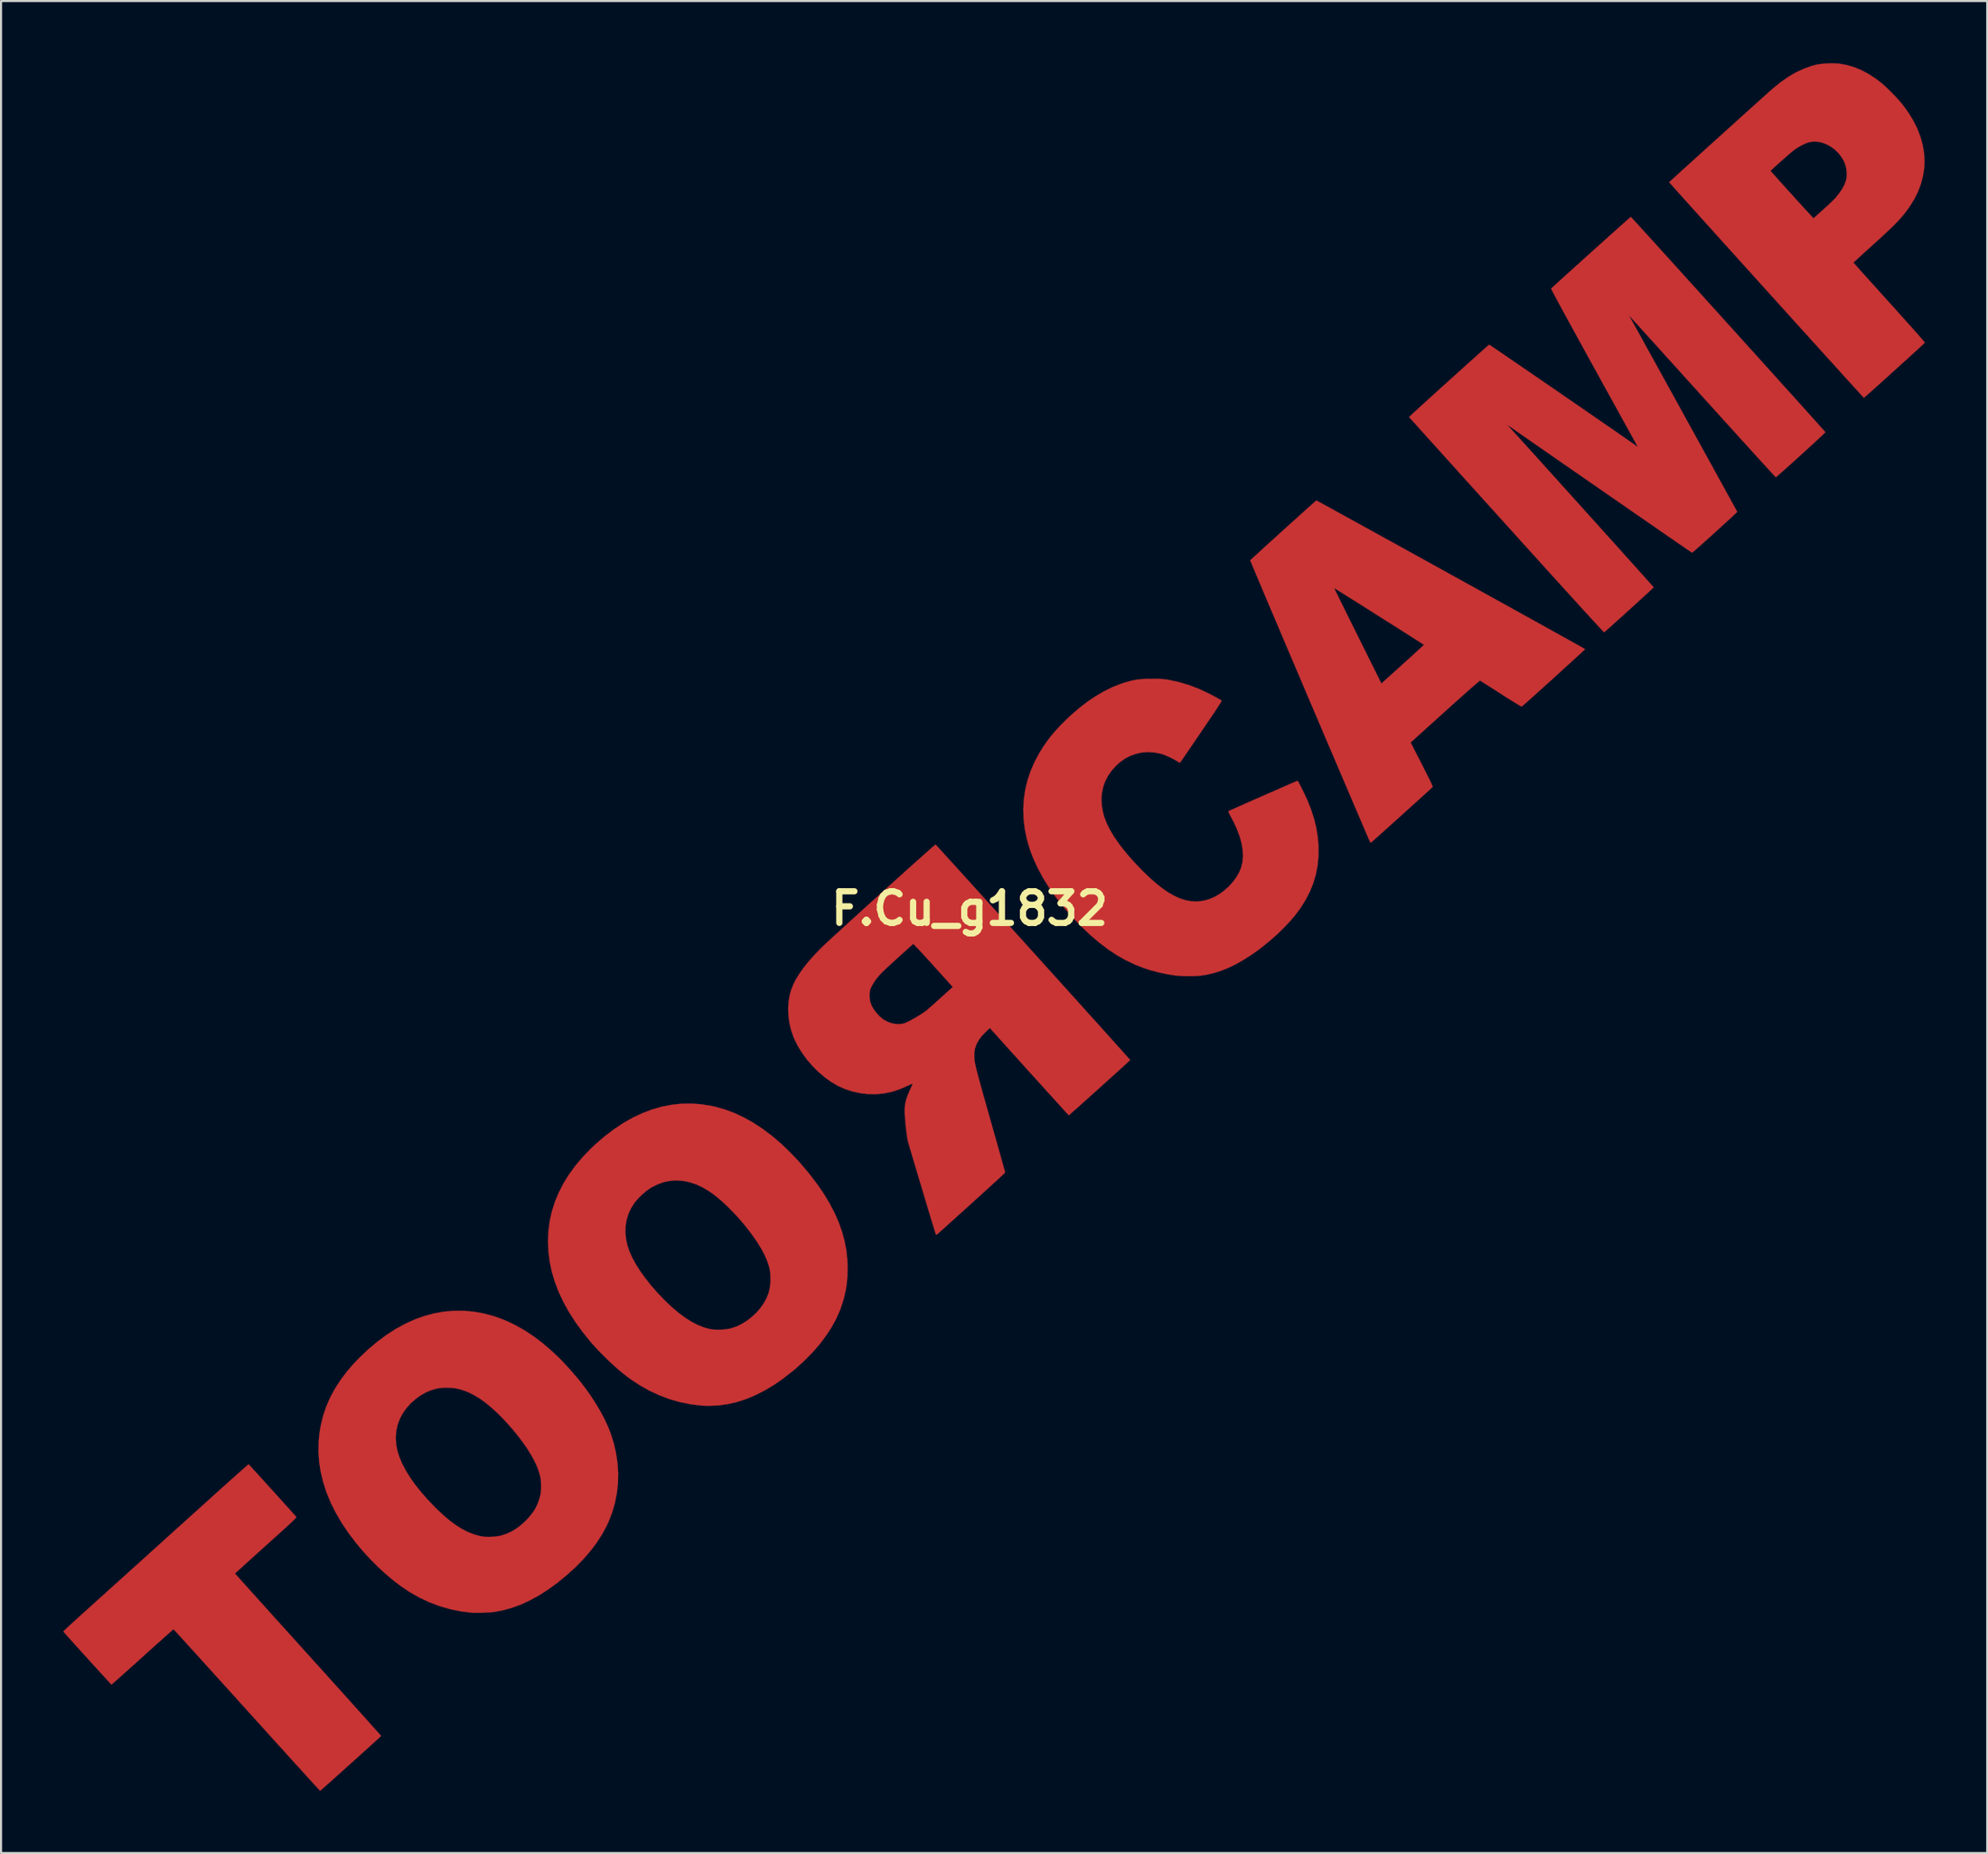
<source format=kicad_pcb>
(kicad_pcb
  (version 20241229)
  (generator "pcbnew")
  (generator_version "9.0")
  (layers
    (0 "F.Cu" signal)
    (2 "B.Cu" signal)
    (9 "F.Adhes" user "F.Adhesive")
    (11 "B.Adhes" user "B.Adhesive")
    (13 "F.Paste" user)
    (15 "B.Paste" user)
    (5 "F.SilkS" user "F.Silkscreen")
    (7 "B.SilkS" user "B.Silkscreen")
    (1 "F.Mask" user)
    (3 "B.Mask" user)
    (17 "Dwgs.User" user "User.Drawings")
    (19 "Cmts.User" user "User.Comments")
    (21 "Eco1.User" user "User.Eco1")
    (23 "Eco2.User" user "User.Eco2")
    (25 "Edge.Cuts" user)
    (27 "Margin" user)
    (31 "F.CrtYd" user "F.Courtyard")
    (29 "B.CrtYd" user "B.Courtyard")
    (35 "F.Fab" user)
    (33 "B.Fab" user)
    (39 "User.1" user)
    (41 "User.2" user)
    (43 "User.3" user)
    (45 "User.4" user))
  (footprint "F.Cu_g1832"
    (layer "F.Cu")
    (at 43.688 40.771)
    (property "Reference" "F.Cu_g1832" (at 0 0 0) (layer "F.SilkS") (effects (font (size 1.524 1.524) (thickness 0.3))))
    (attr through_hole)
    (fp_poly (pts (xy -12.937 9.439) (xy -12.456 9.515) (xy -12.264 9.557) (xy -11.799 9.688) (xy -11.336 9.861) (xy -10.876 10.076) (xy -10.42 10.332) (xy -9.968 10.629) (xy -9.521 10.967) (xy -9.079 11.344) (xy -8.643 11.762) (xy -8.212 12.219) (xy -7.789 12.715) (xy -7.716 12.806) (xy -7.353 13.28) (xy -7.032 13.748) (xy -6.752 14.21) (xy -6.511 14.67) (xy -6.31 15.127) (xy -6.148 15.584) (xy -6.024 16.041) (xy -5.938 16.5) (xy -5.89 16.962) (xy -5.877 17.346) (xy -5.887 17.718) (xy -5.917 18.066) (xy -5.969 18.403) (xy -6.046 18.746) (xy -6.095 18.923) (xy -6.239 19.35) (xy -6.425 19.773) (xy -6.652 20.191) (xy -6.921 20.604) (xy -7.229 21.012) (xy -7.578 21.413) (xy -7.967 21.807) (xy -8.395 22.194) (xy -8.498 22.281) (xy -8.952 22.639) (xy -9.404 22.955) (xy -9.855 23.228) (xy -10.306 23.458) (xy -10.755 23.647) (xy -11.203 23.793) (xy -11.65 23.897) (xy -12.097 23.959) (xy -12.542 23.979) (xy -12.594 23.978) (xy -12.701 23.976) (xy -12.801 23.973) (xy -12.881 23.97) (xy -12.922 23.968) (xy -13.448 23.904) (xy -13.964 23.8) (xy -14.47 23.654) (xy -14.964 23.468) (xy -15.448 23.241) (xy -15.92 22.973) (xy -16.381 22.665) (xy -16.499 22.578) (xy -16.724 22.401) (xy -16.965 22.197) (xy -17.216 21.972) (xy -17.47 21.733) (xy -17.719 21.488) (xy -17.955 21.242) (xy -18.172 21.004) (xy -18.257 20.905) (xy -18.651 20.419) (xy -19.002 19.934) (xy -19.312 19.45) (xy -19.58 18.967) (xy -19.806 18.484) (xy -19.991 18) (xy -20.134 17.515) (xy -20.237 17.029) (xy -20.299 16.541) (xy -20.32 16.051) (xy -20.32 16.041) (xy -20.302 15.619) (xy -16.592 15.619) (xy -16.562 15.932) (xy -16.493 16.248) (xy -16.391 16.548) (xy -16.254 16.849) (xy -16.081 17.165) (xy -15.873 17.492) (xy -15.633 17.826) (xy -15.363 18.167) (xy -15.065 18.509) (xy -14.741 18.851) (xy -14.669 18.923) (xy -14.345 19.229) (xy -14.026 19.499) (xy -13.712 19.732) (xy -13.404 19.926) (xy -13.104 20.083) (xy -12.813 20.199) (xy -12.531 20.276) (xy -12.405 20.298) (xy -12.25 20.311) (xy -12.071 20.313) (xy -11.883 20.304) (xy -11.702 20.285) (xy -11.543 20.257) (xy -11.51 20.249) (xy -11.248 20.161) (xy -10.986 20.037) (xy -10.73 19.879) (xy -10.488 19.692) (xy -10.266 19.481) (xy -10.088 19.275) (xy -9.916 19.03) (xy -9.783 18.789) (xy -9.686 18.545) (xy -9.625 18.29) (xy -9.596 18.019) (xy -9.594 17.78) (xy -9.603 17.613) (xy -9.619 17.468) (xy -9.644 17.333) (xy -9.682 17.196) (xy -9.735 17.043) (xy -9.783 16.918) (xy -9.897 16.665) (xy -10.043 16.395) (xy -10.217 16.111) (xy -10.416 15.819) (xy -10.635 15.523) (xy -10.871 15.228) (xy -11.119 14.938) (xy -11.377 14.657) (xy -11.64 14.391) (xy -11.904 14.144) (xy -12.165 13.92) (xy -12.42 13.724) (xy -12.562 13.625) (xy -12.875 13.44) (xy -13.188 13.296) (xy -13.502 13.193) (xy -13.813 13.13) (xy -14.123 13.109) (xy -14.428 13.128) (xy -14.727 13.188) (xy -15.02 13.29) (xy -15.305 13.432) (xy -15.442 13.517) (xy -15.592 13.627) (xy -15.749 13.759) (xy -15.903 13.905) (xy -16.041 14.053) (xy -16.153 14.189) (xy -16.318 14.449) (xy -16.445 14.724) (xy -16.533 15.012) (xy -16.582 15.311) (xy -16.592 15.619) (xy -20.302 15.619) (xy -20.299 15.556) (xy -20.237 15.078) (xy -20.134 14.61) (xy -19.989 14.15) (xy -19.802 13.699) (xy -19.575 13.256) (xy -19.306 12.822) (xy -18.996 12.398) (xy -18.645 11.982) (xy -18.252 11.576) (xy -18.034 11.37) (xy -17.59 10.986) (xy -17.141 10.644) (xy -16.688 10.343) (xy -16.231 10.084) (xy -15.769 9.866) (xy -15.305 9.69) (xy -14.837 9.556) (xy -14.366 9.464) (xy -13.892 9.413) (xy -13.415 9.405) (xy -12.937 9.439)) (stroke (width 0.01) (type solid)) (fill yes) (layer "F.Cu"))
    (fp_poly (pts (xy -24.391 19.398) (xy -23.915 19.44) (xy -23.437 19.524) (xy -22.959 19.651) (xy -22.871 19.679) (xy -22.402 19.853) (xy -21.938 20.069) (xy -21.478 20.326) (xy -21.023 20.625) (xy -20.573 20.966) (xy -20.128 21.348) (xy -19.688 21.771) (xy -19.254 22.235) (xy -18.826 22.74) (xy -18.765 22.816) (xy -18.492 23.173) (xy -18.234 23.539) (xy -17.996 23.911) (xy -17.779 24.28) (xy -17.588 24.643) (xy -17.426 24.994) (xy -17.303 25.304) (xy -17.151 25.787) (xy -17.04 26.272) (xy -16.97 26.756) (xy -16.94 27.239) (xy -16.951 27.718) (xy -17.002 28.191) (xy -17.094 28.657) (xy -17.226 29.114) (xy -17.398 29.561) (xy -17.495 29.771) (xy -17.719 30.185) (xy -17.984 30.594) (xy -18.29 30.998) (xy -18.637 31.396) (xy -19.023 31.788) (xy -19.439 32.163) (xy -19.881 32.523) (xy -20.319 32.842) (xy -20.753 33.12) (xy -21.184 33.358) (xy -21.614 33.556) (xy -22.043 33.716) (xy -22.474 33.837) (xy -22.902 33.919) (xy -23.002 33.931) (xy -23.133 33.941) (xy -23.284 33.95) (xy -23.445 33.957) (xy -23.606 33.962) (xy -23.756 33.965) (xy -23.886 33.964) (xy -23.985 33.96) (xy -23.992 33.959) (xy -24.518 33.894) (xy -25.035 33.788) (xy -25.543 33.641) (xy -26.039 33.454) (xy -26.52 33.228) (xy -26.986 32.964) (xy -27.029 32.937) (xy -27.393 32.691) (xy -27.764 32.41) (xy -28.137 32.096) (xy -28.508 31.756) (xy -28.871 31.393) (xy -29.221 31.012) (xy -29.554 30.618) (xy -29.562 30.607) (xy -29.931 30.122) (xy -30.259 29.636) (xy -30.544 29.148) (xy -30.789 28.66) (xy -30.992 28.171) (xy -31.152 27.681) (xy -31.272 27.192) (xy -31.349 26.703) (xy -31.384 26.214) (xy -31.377 25.726) (xy -31.356 25.511) (xy -27.661 25.511) (xy -27.643 25.824) (xy -27.583 26.144) (xy -27.582 26.149) (xy -27.487 26.453) (xy -27.352 26.771) (xy -27.18 27.099) (xy -26.97 27.439) (xy -26.723 27.787) (xy -26.44 28.143) (xy -26.122 28.506) (xy -25.769 28.874) (xy -25.683 28.96) (xy -25.366 29.258) (xy -25.059 29.517) (xy -24.761 29.738) (xy -24.47 29.921) (xy -24.183 30.069) (xy -23.899 30.181) (xy -23.616 30.26) (xy -23.463 30.289) (xy -23.327 30.302) (xy -23.164 30.304) (xy -22.989 30.297) (xy -22.816 30.281) (xy -22.659 30.257) (xy -22.58 30.239) (xy -22.309 30.151) (xy -22.05 30.029) (xy -21.798 29.87) (xy -21.552 29.672) (xy -21.398 29.528) (xy -21.202 29.319) (xy -21.042 29.113) (xy -20.913 28.904) (xy -20.81 28.682) (xy -20.728 28.439) (xy -20.708 28.365) (xy -20.683 28.262) (xy -20.667 28.166) (xy -20.658 28.063) (xy -20.654 27.938) (xy -20.653 27.877) (xy -20.654 27.725) (xy -20.661 27.596) (xy -20.677 27.478) (xy -20.703 27.355) (xy -20.742 27.215) (xy -20.769 27.125) (xy -20.858 26.886) (xy -20.979 26.627) (xy -21.13 26.352) (xy -21.309 26.064) (xy -21.513 25.767) (xy -21.74 25.464) (xy -21.986 25.16) (xy -22.25 24.857) (xy -22.529 24.559) (xy -22.726 24.362) (xy -23.038 24.072) (xy -23.342 23.821) (xy -23.639 23.61) (xy -23.932 23.437) (xy -24.221 23.3) (xy -24.51 23.198) (xy -24.738 23.142) (xy -24.899 23.119) (xy -25.081 23.107) (xy -25.27 23.105) (xy -25.453 23.115) (xy -25.617 23.135) (xy -25.697 23.151) (xy -25.969 23.232) (xy -26.219 23.338) (xy -26.457 23.473) (xy -26.681 23.633) (xy -26.935 23.854) (xy -27.152 24.095) (xy -27.331 24.352) (xy -27.472 24.624) (xy -27.575 24.909) (xy -27.638 25.205) (xy -27.661 25.511) (xy -31.356 25.511) (xy -31.328 25.239) (xy -31.274 24.924) (xy -31.161 24.466) (xy -31.011 24.019) (xy -30.821 23.583) (xy -30.591 23.156) (xy -30.321 22.737) (xy -30.011 22.325) (xy -29.659 21.92) (xy -29.422 21.673) (xy -28.988 21.261) (xy -28.548 20.89) (xy -28.102 20.56) (xy -27.652 20.27) (xy -27.196 20.021) (xy -26.737 19.814) (xy -26.274 19.648) (xy -25.807 19.523) (xy -25.337 19.44) (xy -24.865 19.398) (xy -24.391 19.398)) (stroke (width 0.01) (type solid)) (fill yes) (layer "F.Cu"))
    (fp_poly (pts (xy 8.969 -11.079) (xy 9.11 -11.078) (xy 9.225 -11.074) (xy 9.321 -11.068) (xy 9.409 -11.06) (xy 9.495 -11.048) (xy 9.588 -11.033) (xy 9.599 -11.031) (xy 10.089 -10.924) (xy 10.57 -10.781) (xy 11.045 -10.6) (xy 11.496 -10.392) (xy 11.613 -10.332) (xy 11.738 -10.266) (xy 11.862 -10.2) (xy 11.975 -10.137) (xy 12.071 -10.082) (xy 12.138 -10.042) (xy 12.147 -10.036) (xy 12.148 -10.025) (xy 12.138 -9.999) (xy 12.115 -9.957) (xy 12.079 -9.895) (xy 12.027 -9.814) (xy 11.96 -9.71) (xy 11.876 -9.581) (xy 11.773 -9.427) (xy 11.651 -9.245) (xy 11.508 -9.033) (xy 11.343 -8.789) (xy 11.208 -8.591) (xy 11.057 -8.369) (xy 10.912 -8.155) (xy 10.775 -7.954) (xy 10.647 -7.767) (xy 10.532 -7.598) (xy 10.429 -7.448) (xy 10.343 -7.321) (xy 10.273 -7.22) (xy 10.223 -7.147) (xy 10.194 -7.105) (xy 10.189 -7.097) (xy 10.139 -7.03) (xy 9.996 -7.117) (xy 9.864 -7.192) (xy 9.719 -7.268) (xy 9.569 -7.339) (xy 9.426 -7.4) (xy 9.301 -7.447) (xy 9.227 -7.47) (xy 8.911 -7.53) (xy 8.603 -7.55) (xy 8.304 -7.528) (xy 8.015 -7.466) (xy 7.738 -7.364) (xy 7.474 -7.222) (xy 7.225 -7.04) (xy 7.077 -6.907) (xy 6.858 -6.666) (xy 6.679 -6.411) (xy 6.538 -6.14) (xy 6.438 -5.857) (xy 6.377 -5.561) (xy 6.357 -5.255) (xy 6.377 -4.94) (xy 6.438 -4.616) (xy 6.503 -4.392) (xy 6.616 -4.102) (xy 6.768 -3.797) (xy 6.958 -3.478) (xy 7.186 -3.145) (xy 7.452 -2.799) (xy 7.755 -2.44) (xy 8.094 -2.07) (xy 8.38 -1.777) (xy 8.703 -1.468) (xy 9.011 -1.198) (xy 9.307 -0.966) (xy 9.593 -0.771) (xy 9.868 -0.614) (xy 10.136 -0.492) (xy 10.398 -0.407) (xy 10.654 -0.357) (xy 10.908 -0.341) (xy 11.159 -0.359) (xy 11.409 -0.41) (xy 11.551 -0.453) (xy 11.795 -0.555) (xy 12.035 -0.692) (xy 12.265 -0.858) (xy 12.479 -1.048) (xy 12.674 -1.257) (xy 12.843 -1.48) (xy 12.981 -1.711) (xy 13.083 -1.945) (xy 13.098 -1.99) (xy 13.16 -2.252) (xy 13.183 -2.532) (xy 13.169 -2.829) (xy 13.116 -3.143) (xy 13.025 -3.474) (xy 12.896 -3.822) (xy 12.729 -4.186) (xy 12.602 -4.427) (xy 12.552 -4.521) (xy 12.513 -4.601) (xy 12.488 -4.661) (xy 12.479 -4.694) (xy 12.481 -4.697) (xy 12.503 -4.708) (xy 12.56 -4.734) (xy 12.649 -4.774) (xy 12.766 -4.827) (xy 12.908 -4.89) (xy 13.072 -4.963) (xy 13.254 -5.043) (xy 13.45 -5.13) (xy 13.657 -5.222) (xy 13.872 -5.317) (xy 14.092 -5.413) (xy 14.312 -5.51) (xy 14.53 -5.605) (xy 14.741 -5.698) (xy 14.943 -5.787) (xy 15.132 -5.869) (xy 15.304 -5.944) (xy 15.457 -6.011) (xy 15.586 -6.067) (xy 15.689 -6.111) (xy 15.761 -6.142) (xy 15.8 -6.158) (xy 15.805 -6.159) (xy 15.816 -6.154) (xy 15.832 -6.136) (xy 15.854 -6.101) (xy 15.886 -6.045) (xy 15.928 -5.964) (xy 15.985 -5.854) (xy 16.057 -5.711) (xy 16.076 -5.673) (xy 16.291 -5.214) (xy 16.467 -4.769) (xy 16.607 -4.332) (xy 16.712 -3.9) (xy 16.781 -3.468) (xy 16.818 -3.034) (xy 16.821 -2.963) (xy 16.817 -2.511) (xy 16.775 -2.072) (xy 16.692 -1.646) (xy 16.57 -1.231) (xy 16.408 -0.826) (xy 16.205 -0.429) (xy 15.961 -0.04) (xy 15.689 0.326) (xy 15.451 0.607) (xy 15.18 0.895) (xy 14.883 1.186) (xy 14.567 1.471) (xy 14.239 1.745) (xy 13.907 2.002) (xy 13.6 2.22) (xy 13.21 2.47) (xy 12.835 2.683) (xy 12.47 2.86) (xy 12.11 3.003) (xy 11.754 3.114) (xy 11.396 3.194) (xy 11.102 3.238) (xy 10.973 3.248) (xy 10.813 3.254) (xy 10.633 3.257) (xy 10.445 3.255) (xy 10.26 3.25) (xy 10.089 3.24) (xy 9.944 3.228) (xy 9.927 3.226) (xy 9.528 3.164) (xy 9.113 3.075) (xy 8.695 2.962) (xy 8.411 2.87) (xy 7.972 2.7) (xy 7.538 2.493) (xy 7.108 2.249) (xy 6.681 1.965) (xy 6.255 1.643) (xy 5.83 1.28) (xy 5.404 0.875) (xy 5.386 0.858) (xy 4.942 0.393) (xy 4.533 -0.076) (xy 4.162 -0.548) (xy 3.829 -1.022) (xy 3.534 -1.498) (xy 3.279 -1.972) (xy 3.064 -2.445) (xy 2.908 -2.863) (xy 2.766 -3.348) (xy 2.666 -3.831) (xy 2.608 -4.311) (xy 2.592 -4.786) (xy 2.617 -5.256) (xy 2.685 -5.721) (xy 2.794 -6.18) (xy 2.945 -6.631) (xy 3.137 -7.075) (xy 3.37 -7.51) (xy 3.555 -7.804) (xy 3.729 -8.056) (xy 3.902 -8.287) (xy 4.086 -8.509) (xy 4.289 -8.735) (xy 4.445 -8.898) (xy 4.841 -9.284) (xy 5.245 -9.636) (xy 5.653 -9.953) (xy 6.064 -10.233) (xy 6.477 -10.475) (xy 6.889 -10.678) (xy 7.299 -10.841) (xy 7.556 -10.923) (xy 7.73 -10.971) (xy 7.884 -11.008) (xy 8.029 -11.036) (xy 8.173 -11.056) (xy 8.328 -11.069) (xy 8.502 -11.077) (xy 8.704 -11.08) (xy 8.795 -11.08) (xy 8.969 -11.079)) (stroke (width 0.01) (type solid)) (fill yes) (layer "F.Cu"))
    (fp_poly (pts (xy -34.738 26.818) (xy -34.697 26.862) (xy -34.632 26.932) (xy -34.547 27.025) (xy -34.445 27.138) (xy -34.326 27.269) (xy -34.195 27.413) (xy -34.053 27.569) (xy -33.904 27.734) (xy -33.75 27.904) (xy -33.593 28.077) (xy -33.436 28.251) (xy -33.282 28.421) (xy -33.133 28.586) (xy -32.992 28.743) (xy -32.861 28.888) (xy -32.743 29.019) (xy -32.641 29.133) (xy -32.556 29.226) (xy -32.493 29.298) (xy -32.457 29.339) (xy -32.454 29.347) (xy -32.459 29.36) (xy -32.473 29.38) (xy -32.498 29.409) (xy -32.535 29.448) (xy -32.586 29.499) (xy -32.653 29.564) (xy -32.738 29.644) (xy -32.843 29.741) (xy -32.969 29.856) (xy -33.118 29.992) (xy -33.292 30.15) (xy -33.493 30.331) (xy -33.722 30.538) (xy -33.918 30.714) (xy -34.132 30.907) (xy -34.336 31.092) (xy -34.53 31.266) (xy -34.709 31.429) (xy -34.874 31.577) (xy -35.02 31.71) (xy -35.146 31.825) (xy -35.251 31.92) (xy -35.331 31.993) (xy -35.384 32.043) (xy -35.409 32.066) (xy -35.41 32.068) (xy -35.396 32.085) (xy -35.355 32.131) (xy -35.288 32.207) (xy -35.197 32.309) (xy -35.081 32.438) (xy -34.944 32.592) (xy -34.785 32.769) (xy -34.606 32.968) (xy -34.409 33.187) (xy -34.194 33.426) (xy -33.962 33.683) (xy -33.716 33.957) (xy -33.455 34.246) (xy -33.182 34.549) (xy -32.897 34.865) (xy -32.602 35.192) (xy -32.298 35.529) (xy -31.986 35.874) (xy -31.888 35.984) (xy -31.573 36.332) (xy -31.267 36.672) (xy -30.969 37.002) (xy -30.681 37.322) (xy -30.404 37.629) (xy -30.14 37.923) (xy -29.889 38.201) (xy -29.653 38.464) (xy -29.433 38.709) (xy -29.23 38.935) (xy -29.046 39.14) (xy -28.881 39.324) (xy -28.736 39.486) (xy -28.614 39.622) (xy -28.515 39.734) (xy -28.441 39.818) (xy -28.392 39.874) (xy -28.37 39.9) (xy -28.369 39.902) (xy -28.385 39.919) (xy -28.43 39.961) (xy -28.502 40.028) (xy -28.597 40.114) (xy -28.713 40.22) (xy -28.846 40.341) (xy -28.996 40.477) (xy -29.158 40.623) (xy -29.33 40.779) (xy -29.509 40.941) (xy -29.693 41.107) (xy -29.88 41.274) (xy -30.065 41.441) (xy -30.248 41.605) (xy -30.424 41.763) (xy -30.592 41.914) (xy -30.748 42.054) (xy -30.891 42.181) (xy -31.017 42.293) (xy -31.123 42.387) (xy -31.208 42.462) (xy -31.268 42.514) (xy -31.3 42.541) (xy -31.305 42.545) (xy -31.321 42.53) (xy -31.364 42.484) (xy -31.433 42.41) (xy -31.526 42.308) (xy -31.643 42.18) (xy -31.782 42.027) (xy -31.942 41.851) (xy -32.122 41.653) (xy -32.321 41.434) (xy -32.537 41.196) (xy -32.77 40.94) (xy -33.017 40.666) (xy -33.278 40.378) (xy -33.552 40.075) (xy -33.837 39.76) (xy -34.132 39.434) (xy -34.437 39.097) (xy -34.749 38.751) (xy -34.84 38.65) (xy -35.154 38.303) (xy -35.46 37.963) (xy -35.758 37.634) (xy -36.046 37.315) (xy -36.324 37.009) (xy -36.588 36.716) (xy -36.84 36.438) (xy -37.077 36.177) (xy -37.298 35.933) (xy -37.502 35.709) (xy -37.687 35.505) (xy -37.853 35.322) (xy -37.998 35.162) (xy -38.122 35.027) (xy -38.222 34.918) (xy -38.298 34.835) (xy -38.348 34.781) (xy -38.372 34.757) (xy -38.373 34.756) (xy -38.391 34.77) (xy -38.438 34.81) (xy -38.513 34.875) (xy -38.611 34.962) (xy -38.733 35.07) (xy -38.875 35.196) (xy -39.035 35.339) (xy -39.211 35.497) (xy -39.401 35.668) (xy -39.602 35.849) (xy -39.813 36.039) (xy -39.868 36.089) (xy -40.081 36.281) (xy -40.285 36.465) (xy -40.478 36.638) (xy -40.658 36.799) (xy -40.822 36.947) (xy -40.969 37.078) (xy -41.096 37.19) (xy -41.201 37.283) (xy -41.281 37.354) (xy -41.335 37.401) (xy -41.361 37.422) (xy -41.363 37.423) (xy -41.379 37.407) (xy -41.42 37.364) (xy -41.485 37.294) (xy -41.571 37.201) (xy -41.674 37.089) (xy -41.793 36.959) (xy -41.925 36.815) (xy -42.067 36.659) (xy -42.217 36.494) (xy -42.371 36.324) (xy -42.528 36.151) (xy -42.686 35.978) (xy -42.84 35.807) (xy -42.989 35.642) (xy -43.13 35.485) (xy -43.261 35.34) (xy -43.379 35.209) (xy -43.482 35.094) (xy -43.566 35) (xy -43.629 34.928) (xy -43.669 34.882) (xy -43.683 34.864) (xy -43.669 34.847) (xy -43.626 34.805) (xy -43.557 34.739) (xy -43.464 34.653) (xy -43.351 34.548) (xy -43.221 34.428) (xy -43.075 34.295) (xy -42.916 34.151) (xy -42.762 34.012) (xy -42.627 33.89) (xy -42.462 33.742) (xy -42.273 33.571) (xy -42.062 33.38) (xy -41.831 33.172) (xy -41.584 32.949) (xy -41.325 32.715) (xy -41.056 32.472) (xy -40.78 32.223) (xy -40.501 31.971) (xy -40.221 31.719) (xy -39.944 31.469) (xy -39.762 31.304) (xy -39.474 31.044) (xy -39.173 30.772) (xy -38.862 30.491) (xy -38.545 30.205) (xy -38.226 29.917) (xy -37.909 29.631) (xy -37.599 29.351) (xy -37.298 29.08) (xy -37.012 28.822) (xy -36.745 28.58) (xy -36.499 28.359) (xy -36.28 28.161) (xy -36.228 28.114) (xy -36.016 27.923) (xy -35.814 27.741) (xy -35.622 27.569) (xy -35.444 27.409) (xy -35.281 27.264) (xy -35.136 27.135) (xy -35.011 27.024) (xy -34.908 26.933) (xy -34.83 26.865) (xy -34.778 26.821) (xy -34.754 26.802) (xy -34.753 26.802) (xy -34.738 26.818)) (stroke (width 0.01) (type solid)) (fill yes) (layer "F.Cu"))
    (fp_poly (pts (xy 41.713 -40.764) (xy 41.883 -40.754) (xy 41.943 -40.747) (xy 42.302 -40.68) (xy 42.655 -40.574) (xy 43.004 -40.429) (xy 43.351 -40.243) (xy 43.696 -40.017) (xy 43.942 -39.829) (xy 44.059 -39.73) (xy 44.195 -39.604) (xy 44.344 -39.461) (xy 44.497 -39.307) (xy 44.647 -39.15) (xy 44.787 -38.997) (xy 44.91 -38.856) (xy 44.994 -38.753) (xy 45.266 -38.376) (xy 45.497 -37.996) (xy 45.688 -37.614) (xy 45.836 -37.23) (xy 45.944 -36.846) (xy 46.01 -36.462) (xy 46.035 -36.08) (xy 46.018 -35.699) (xy 45.96 -35.321) (xy 45.86 -34.946) (xy 45.719 -34.576) (xy 45.536 -34.211) (xy 45.361 -33.926) (xy 45.273 -33.796) (xy 45.184 -33.672) (xy 45.094 -33.552) (xy 44.997 -33.433) (xy 44.893 -33.311) (xy 44.777 -33.184) (xy 44.648 -33.05) (xy 44.503 -32.904) (xy 44.338 -32.745) (xy 44.151 -32.569) (xy 43.94 -32.373) (xy 43.701 -32.155) (xy 43.511 -31.983) (xy 43.346 -31.833) (xy 43.19 -31.692) (xy 43.047 -31.562) (xy 42.92 -31.446) (xy 42.81 -31.346) (xy 42.722 -31.264) (xy 42.657 -31.203) (xy 42.618 -31.166) (xy 42.609 -31.156) (xy 42.622 -31.139) (xy 42.663 -31.092) (xy 42.728 -31.018) (xy 42.817 -30.919) (xy 42.927 -30.795) (xy 43.057 -30.65) (xy 43.205 -30.485) (xy 43.37 -30.302) (xy 43.549 -30.103) (xy 43.741 -29.89) (xy 43.944 -29.665) (xy 44.156 -29.429) (xy 44.334 -29.232) (xy 44.553 -28.989) (xy 44.764 -28.755) (xy 44.964 -28.531) (xy 45.154 -28.32) (xy 45.33 -28.123) (xy 45.49 -27.943) (xy 45.635 -27.78) (xy 45.76 -27.638) (xy 45.866 -27.518) (xy 45.949 -27.422) (xy 46.009 -27.351) (xy 46.044 -27.309) (xy 46.053 -27.297) (xy 46.036 -27.279) (xy 45.991 -27.236) (xy 45.92 -27.17) (xy 45.825 -27.083) (xy 45.71 -26.977) (xy 45.576 -26.855) (xy 45.427 -26.719) (xy 45.265 -26.572) (xy 45.094 -26.416) (xy 44.914 -26.253) (xy 44.73 -26.086) (xy 44.544 -25.918) (xy 44.358 -25.75) (xy 44.176 -25.585) (xy 43.999 -25.426) (xy 43.831 -25.275) (xy 43.675 -25.134) (xy 43.532 -25.006) (xy 43.405 -24.893) (xy 43.298 -24.798) (xy 43.213 -24.723) (xy 43.152 -24.67) (xy 43.119 -24.642) (xy 43.113 -24.638) (xy 43.098 -24.654) (xy 43.055 -24.699) (xy 42.987 -24.774) (xy 42.893 -24.877) (xy 42.775 -25.007) (xy 42.633 -25.162) (xy 42.47 -25.342) (xy 42.286 -25.545) (xy 42.082 -25.77) (xy 41.859 -26.017) (xy 41.618 -26.283) (xy 41.36 -26.568) (xy 41.086 -26.87) (xy 40.798 -27.189) (xy 40.496 -27.523) (xy 40.181 -27.871) (xy 39.855 -28.232) (xy 39.518 -28.605) (xy 39.172 -28.988) (xy 38.817 -29.381) (xy 38.455 -29.782) (xy 38.414 -29.828) (xy 38.051 -30.229) (xy 37.696 -30.623) (xy 37.349 -31.008) (xy 37.011 -31.382) (xy 36.684 -31.745) (xy 36.368 -32.095) (xy 36.065 -32.431) (xy 35.776 -32.752) (xy 35.501 -33.057) (xy 35.242 -33.345) (xy 35 -33.614) (xy 34.775 -33.863) (xy 34.57 -34.092) (xy 34.384 -34.298) (xy 34.219 -34.482) (xy 34.077 -34.641) (xy 33.957 -34.774) (xy 33.861 -34.881) (xy 33.791 -34.961) (xy 33.746 -35.011) (xy 33.729 -35.031) (xy 33.729 -35.031) (xy 33.744 -35.046) (xy 33.789 -35.088) (xy 33.861 -35.154) (xy 33.959 -35.244) (xy 34.08 -35.354) (xy 34.222 -35.483) (xy 34.325 -35.577) (xy 38.615 -35.577) (xy 38.629 -35.559) (xy 38.67 -35.512) (xy 38.733 -35.44) (xy 38.817 -35.346) (xy 38.918 -35.233) (xy 39.034 -35.104) (xy 39.162 -34.961) (xy 39.299 -34.809) (xy 39.443 -34.65) (xy 39.59 -34.487) (xy 39.739 -34.323) (xy 39.885 -34.161) (xy 40.028 -34.004) (xy 40.163 -33.856) (xy 40.289 -33.718) (xy 40.402 -33.595) (xy 40.499 -33.489) (xy 40.579 -33.403) (xy 40.637 -33.34) (xy 40.672 -33.303) (xy 40.682 -33.295) (xy 40.701 -33.309) (xy 40.747 -33.348) (xy 40.816 -33.408) (xy 40.905 -33.486) (xy 41.009 -33.579) (xy 41.124 -33.682) (xy 41.161 -33.716) (xy 41.285 -33.83) (xy 41.406 -33.942) (xy 41.517 -34.047) (xy 41.613 -34.139) (xy 41.688 -34.214) (xy 41.739 -34.267) (xy 41.742 -34.271) (xy 41.922 -34.493) (xy 42.068 -34.707) (xy 42.177 -34.911) (xy 42.25 -35.102) (xy 42.258 -35.131) (xy 42.287 -35.312) (xy 42.288 -35.509) (xy 42.263 -35.711) (xy 42.212 -35.904) (xy 42.152 -36.05) (xy 42.027 -36.259) (xy 41.877 -36.448) (xy 41.705 -36.613) (xy 41.517 -36.751) (xy 41.317 -36.862) (xy 41.109 -36.941) (xy 40.899 -36.987) (xy 40.69 -36.998) (xy 40.487 -36.969) (xy 40.48 -36.968) (xy 40.368 -36.931) (xy 40.234 -36.874) (xy 40.09 -36.801) (xy 39.946 -36.72) (xy 39.815 -36.636) (xy 39.762 -36.598) (xy 39.706 -36.554) (xy 39.63 -36.491) (xy 39.537 -36.412) (xy 39.431 -36.321) (xy 39.317 -36.221) (xy 39.199 -36.117) (xy 39.081 -36.012) (xy 38.967 -35.911) (xy 38.863 -35.816) (xy 38.771 -35.732) (xy 38.697 -35.662) (xy 38.644 -35.611) (xy 38.617 -35.582) (xy 38.615 -35.577) (xy 34.325 -35.577) (xy 34.383 -35.63) (xy 34.562 -35.792) (xy 34.756 -35.968) (xy 34.963 -36.156) (xy 35.181 -36.354) (xy 35.409 -36.56) (xy 35.643 -36.772) (xy 35.882 -36.989) (xy 36.125 -37.208) (xy 36.368 -37.428) (xy 36.611 -37.647) (xy 36.85 -37.863) (xy 37.085 -38.075) (xy 37.312 -38.28) (xy 37.53 -38.477) (xy 37.737 -38.663) (xy 37.93 -38.838) (xy 38.109 -38.998) (xy 38.27 -39.143) (xy 38.412 -39.27) (xy 38.532 -39.378) (xy 38.63 -39.465) (xy 38.701 -39.529) (xy 38.739 -39.562) (xy 39.106 -39.859) (xy 39.472 -40.114) (xy 39.839 -40.328) (xy 40.209 -40.501) (xy 40.581 -40.635) (xy 40.809 -40.697) (xy 40.956 -40.724) (xy 41.132 -40.745) (xy 41.325 -40.759) (xy 41.523 -40.766) (xy 41.713 -40.764)) (stroke (width 0.01) (type solid)) (fill yes) (layer "F.Cu"))
    (fp_poly (pts (xy 16.739 -19.671) (xy 16.794 -19.641) (xy 16.883 -19.593) (xy 17.004 -19.528) (xy 17.155 -19.445) (xy 17.335 -19.346) (xy 17.543 -19.232) (xy 17.777 -19.103) (xy 18.034 -18.962) (xy 18.314 -18.808) (xy 18.615 -18.642) (xy 18.935 -18.465) (xy 19.272 -18.279) (xy 19.625 -18.084) (xy 19.993 -17.881) (xy 20.374 -17.671) (xy 20.765 -17.455) (xy 21.166 -17.233) (xy 21.575 -17.007) (xy 21.991 -16.777) (xy 22.41 -16.545) (xy 22.833 -16.311) (xy 23.257 -16.076) (xy 23.681 -15.842) (xy 24.103 -15.608) (xy 24.522 -15.376) (xy 24.936 -15.147) (xy 25.342 -14.922) (xy 25.741 -14.701) (xy 26.129 -14.486) (xy 26.506 -14.277) (xy 26.87 -14.075) (xy 27.219 -13.881) (xy 27.551 -13.697) (xy 27.866 -13.522) (xy 28.161 -13.358) (xy 28.434 -13.206) (xy 28.685 -13.067) (xy 28.911 -12.941) (xy 29.111 -12.829) (xy 29.283 -12.733) (xy 29.425 -12.653) (xy 29.537 -12.59) (xy 29.616 -12.545) (xy 29.661 -12.519) (xy 29.671 -12.513) (xy 29.656 -12.497) (xy 29.613 -12.455) (xy 29.543 -12.39) (xy 29.45 -12.303) (xy 29.335 -12.197) (xy 29.202 -12.075) (xy 29.053 -11.939) (xy 28.891 -11.791) (xy 28.718 -11.634) (xy 28.537 -11.469) (xy 28.351 -11.3) (xy 28.162 -11.128) (xy 27.972 -10.957) (xy 27.785 -10.788) (xy 27.603 -10.623) (xy 27.428 -10.466) (xy 27.264 -10.318) (xy 27.112 -10.181) (xy 26.975 -10.059) (xy 26.857 -9.954) (xy 26.759 -9.867) (xy 26.684 -9.801) (xy 26.635 -9.759) (xy 26.614 -9.743) (xy 26.614 -9.743) (xy 26.592 -9.752) (xy 26.538 -9.783) (xy 26.455 -9.832) (xy 26.346 -9.898) (xy 26.216 -9.979) (xy 26.066 -10.073) (xy 25.9 -10.177) (xy 25.722 -10.291) (xy 25.613 -10.361) (xy 25.429 -10.478) (xy 25.256 -10.589) (xy 25.096 -10.691) (xy 24.953 -10.782) (xy 24.83 -10.86) (xy 24.731 -10.923) (xy 24.659 -10.968) (xy 24.618 -10.993) (xy 24.609 -10.998) (xy 24.589 -10.986) (xy 24.54 -10.946) (xy 24.463 -10.881) (xy 24.359 -10.792) (xy 24.231 -10.68) (xy 24.079 -10.547) (xy 23.907 -10.394) (xy 23.714 -10.223) (xy 23.504 -10.034) (xy 23.277 -9.831) (xy 23.035 -9.613) (xy 22.921 -9.51) (xy 21.262 -8.012) (xy 21.803 -6.953) (xy 21.925 -6.714) (xy 22.028 -6.51) (xy 22.114 -6.338) (xy 22.184 -6.197) (xy 22.238 -6.085) (xy 22.278 -5.998) (xy 22.305 -5.935) (xy 22.319 -5.893) (xy 22.323 -5.87) (xy 22.322 -5.865) (xy 22.302 -5.846) (xy 22.255 -5.802) (xy 22.181 -5.734) (xy 22.084 -5.645) (xy 21.966 -5.538) (xy 21.831 -5.415) (xy 21.68 -5.278) (xy 21.516 -5.129) (xy 21.342 -4.972) (xy 21.161 -4.809) (xy 20.976 -4.641) (xy 20.788 -4.472) (xy 20.601 -4.303) (xy 20.417 -4.137) (xy 20.239 -3.977) (xy 20.07 -3.825) (xy 19.912 -3.683) (xy 19.768 -3.554) (xy 19.641 -3.44) (xy 19.533 -3.344) (xy 19.447 -3.267) (xy 19.385 -3.213) (xy 19.351 -3.183) (xy 19.344 -3.179) (xy 19.326 -3.192) (xy 19.3 -3.235) (xy 19.281 -3.274) (xy 19.173 -3.525) (xy 19.054 -3.802) (xy 18.925 -4.103) (xy 18.787 -4.426) (xy 18.64 -4.769) (xy 18.485 -5.131) (xy 18.324 -5.51) (xy 18.155 -5.905) (xy 17.981 -6.313) (xy 17.801 -6.734) (xy 17.617 -7.165) (xy 17.43 -7.605) (xy 17.239 -8.052) (xy 17.047 -8.504) (xy 16.852 -8.961) (xy 16.657 -9.42) (xy 16.461 -9.879) (xy 16.266 -10.337) (xy 16.073 -10.793) (xy 15.881 -11.244) (xy 15.692 -11.689) (xy 15.506 -12.126) (xy 15.324 -12.554) (xy 15.147 -12.971) (xy 14.975 -13.376) (xy 14.81 -13.766) (xy 14.651 -14.14) (xy 14.5 -14.496) (xy 14.357 -14.833) (xy 14.223 -15.149) (xy 14.099 -15.443) (xy 14.091 -15.461) (xy 17.573 -15.461) (xy 17.581 -15.442) (xy 17.607 -15.387) (xy 17.65 -15.299) (xy 17.708 -15.18) (xy 17.781 -15.033) (xy 17.866 -14.859) (xy 17.964 -14.661) (xy 18.073 -14.441) (xy 18.191 -14.202) (xy 18.318 -13.945) (xy 18.452 -13.674) (xy 18.593 -13.39) (xy 18.71 -13.155) (xy 19.854 -10.853) (xy 19.944 -10.935) (xy 19.976 -10.964) (xy 20.037 -11.019) (xy 20.122 -11.096) (xy 20.23 -11.193) (xy 20.357 -11.308) (xy 20.5 -11.437) (xy 20.656 -11.577) (xy 20.821 -11.727) (xy 20.972 -11.862) (xy 21.14 -12.014) (xy 21.299 -12.158) (xy 21.444 -12.291) (xy 21.575 -12.411) (xy 21.688 -12.515) (xy 21.779 -12.601) (xy 21.848 -12.666) (xy 21.89 -12.708) (xy 21.903 -12.724) (xy 21.885 -12.737) (xy 21.833 -12.771) (xy 21.752 -12.824) (xy 21.642 -12.894) (xy 21.508 -12.98) (xy 21.351 -13.08) (xy 21.174 -13.193) (xy 20.98 -13.316) (xy 20.771 -13.449) (xy 20.551 -13.588) (xy 20.321 -13.734) (xy 20.085 -13.883) (xy 19.845 -14.035) (xy 19.604 -14.187) (xy 19.365 -14.339) (xy 19.129 -14.487) (xy 18.901 -14.632) (xy 18.682 -14.77) (xy 18.474 -14.9) (xy 18.282 -15.021) (xy 18.107 -15.131) (xy 17.952 -15.228) (xy 17.82 -15.31) (xy 17.714 -15.376) (xy 17.635 -15.425) (xy 17.587 -15.453) (xy 17.573 -15.461) (xy 14.091 -15.461) (xy 13.985 -15.712) (xy 13.883 -15.955) (xy 13.792 -16.171) (xy 13.713 -16.358) (xy 13.648 -16.514) (xy 13.597 -16.637) (xy 13.56 -16.726) (xy 13.538 -16.779) (xy 13.533 -16.795) (xy 13.549 -16.812) (xy 13.595 -16.855) (xy 13.667 -16.922) (xy 13.762 -17.01) (xy 13.879 -17.117) (xy 14.015 -17.241) (xy 14.166 -17.38) (xy 14.331 -17.53) (xy 14.507 -17.69) (xy 14.692 -17.857) (xy 14.882 -18.03) (xy 15.075 -18.205) (xy 15.269 -18.381) (xy 15.461 -18.555) (xy 15.649 -18.724) (xy 15.83 -18.887) (xy 16.001 -19.042) (xy 16.16 -19.184) (xy 16.304 -19.314) (xy 16.431 -19.428) (xy 16.538 -19.523) (xy 16.623 -19.598) (xy 16.682 -19.65) (xy 16.714 -19.677) (xy 16.719 -19.68) (xy 16.739 -19.671)) (stroke (width 0.01) (type solid)) (fill yes) (layer "F.Cu"))
    (fp_poly (pts (xy -1.622 -3.07) (xy -1.579 -3.024) (xy -1.51 -2.949) (xy -1.417 -2.847) (xy -1.301 -2.72) (xy -1.162 -2.568) (xy -1.003 -2.393) (xy -0.825 -2.197) (xy -0.629 -1.98) (xy -0.415 -1.745) (xy -0.187 -1.493) (xy 0.056 -1.224) (xy 0.312 -0.941) (xy 0.58 -0.645) (xy 0.858 -0.338) (xy 1.146 -0.02) (xy 1.441 0.306) (xy 1.743 0.641) (xy 2.05 0.981) (xy 2.361 1.325) (xy 2.675 1.673) (xy 2.991 2.022) (xy 3.307 2.372) (xy 3.622 2.721) (xy 3.934 3.068) (xy 4.243 3.41) (xy 4.547 3.747) (xy 4.845 4.078) (xy 5.136 4.4) (xy 5.418 4.713) (xy 5.69 5.015) (xy 5.95 5.304) (xy 6.199 5.58) (xy 6.433 5.84) (xy 6.652 6.084) (xy 6.855 6.31) (xy 7.041 6.517) (xy 7.207 6.703) (xy 7.354 6.866) (xy 7.479 7.006) (xy 7.581 7.12) (xy 7.659 7.209) (xy 7.712 7.269) (xy 7.739 7.3) (xy 7.742 7.304) (xy 7.725 7.321) (xy 7.68 7.363) (xy 7.609 7.428) (xy 7.514 7.515) (xy 7.399 7.62) (xy 7.265 7.742) (xy 7.116 7.877) (xy 6.954 8.023) (xy 6.782 8.179) (xy 6.602 8.341) (xy 6.418 8.508) (xy 6.231 8.676) (xy 6.045 8.844) (xy 5.862 9.008) (xy 5.684 9.168) (xy 5.515 9.319) (xy 5.358 9.461) (xy 5.214 9.59) (xy 5.086 9.704) (xy 4.977 9.8) (xy 4.891 9.877) (xy 4.828 9.932) (xy 4.793 9.963) (xy 4.786 9.968) (xy 4.77 9.952) (xy 4.729 9.908) (xy 4.664 9.836) (xy 4.576 9.74) (xy 4.467 9.621) (xy 4.341 9.482) (xy 4.198 9.324) (xy 4.042 9.151) (xy 3.873 8.965) (xy 3.694 8.767) (xy 3.506 8.56) (xy 3.313 8.346) (xy 3.116 8.128) (xy 2.916 7.907) (xy 2.717 7.687) (xy 2.519 7.468) (xy 2.326 7.254) (xy 2.139 7.046) (xy 1.959 6.847) (xy 1.79 6.659) (xy 1.633 6.485) (xy 1.49 6.326) (xy 1.363 6.184) (xy 1.254 6.063) (xy 1.165 5.964) (xy 1.099 5.89) (xy 1.057 5.842) (xy 1.047 5.831) (xy 0.983 5.756) (xy 0.786 5.94) (xy 0.594 6.138) (xy 0.444 6.338) (xy 0.333 6.541) (xy 0.261 6.752) (xy 0.227 6.971) (xy 0.229 7.204) (xy 0.233 7.247) (xy 0.239 7.301) (xy 0.246 7.354) (xy 0.255 7.41) (xy 0.265 7.47) (xy 0.278 7.536) (xy 0.295 7.611) (xy 0.315 7.698) (xy 0.339 7.798) (xy 0.369 7.915) (xy 0.405 8.049) (xy 0.447 8.204) (xy 0.495 8.383) (xy 0.552 8.586) (xy 0.616 8.817) (xy 0.689 9.078) (xy 0.772 9.371) (xy 0.864 9.699) (xy 0.968 10.064) (xy 1.036 10.305) (xy 1.123 10.614) (xy 1.207 10.912) (xy 1.288 11.197) (xy 1.363 11.465) (xy 1.433 11.715) (xy 1.497 11.943) (xy 1.554 12.147) (xy 1.604 12.325) (xy 1.645 12.473) (xy 1.678 12.59) (xy 1.7 12.673) (xy 1.712 12.719) (xy 1.714 12.729) (xy 1.699 12.746) (xy 1.653 12.791) (xy 1.577 12.862) (xy 1.474 12.959) (xy 1.343 13.08) (xy 1.186 13.224) (xy 1.004 13.39) (xy 0.798 13.578) (xy 0.569 13.786) (xy 0.318 14.013) (xy 0.047 14.259) (xy -0.244 14.522) (xy -0.554 14.802) (xy -0.881 15.097) (xy -1.224 15.406) (xy -1.506 15.66) (xy -1.568 15.711) (xy -1.606 15.73) (xy -1.619 15.723) (xy -1.632 15.684) (xy -1.656 15.609) (xy -1.689 15.499) (xy -1.732 15.36) (xy -1.783 15.193) (xy -1.841 15.003) (xy -1.905 14.792) (xy -1.974 14.563) (xy -2.047 14.321) (xy -2.123 14.068) (xy -2.201 13.808) (xy -2.28 13.543) (xy -2.36 13.278) (xy -2.439 13.014) (xy -2.516 12.757) (xy -2.59 12.508) (xy -2.661 12.271) (xy -2.727 12.049) (xy -2.787 11.846) (xy -2.84 11.665) (xy -2.886 11.509) (xy -2.924 11.382) (xy -2.951 11.285) (xy -2.969 11.224) (xy -2.974 11.203) (xy -2.997 11.075) (xy -3.022 10.914) (xy -3.046 10.73) (xy -3.069 10.531) (xy -3.09 10.327) (xy -3.107 10.128) (xy -3.113 10.042) (xy -3.124 9.831) (xy -3.123 9.648) (xy -3.109 9.48) (xy -3.08 9.319) (xy -3.034 9.155) (xy -2.969 8.977) (xy -2.884 8.775) (xy -2.865 8.734) (xy -2.821 8.637) (xy -2.783 8.552) (xy -2.754 8.489) (xy -2.739 8.454) (xy -2.738 8.451) (xy -2.751 8.449) (xy -2.795 8.463) (xy -2.863 8.491) (xy -2.945 8.527) (xy -3.201 8.641) (xy -3.432 8.733) (xy -3.648 8.805) (xy -3.796 8.846) (xy -4.16 8.918) (xy -4.531 8.95) (xy -4.906 8.943) (xy -5.28 8.899) (xy -5.648 8.817) (xy -6.006 8.699) (xy -6.349 8.546) (xy -6.666 8.361) (xy -6.983 8.132) (xy -7.287 7.872) (xy -7.572 7.587) (xy -7.834 7.283) (xy -8.069 6.964) (xy -8.272 6.636) (xy -8.439 6.303) (xy -8.489 6.184) (xy -8.602 5.853) (xy -8.682 5.512) (xy -8.728 5.166) (xy -8.741 4.823) (xy -8.72 4.487) (xy -8.665 4.165) (xy -8.656 4.131) (xy -4.821 4.131) (xy -4.817 4.328) (xy -4.784 4.506) (xy -4.718 4.68) (xy -4.7 4.719) (xy -4.603 4.881) (xy -4.48 5.042) (xy -4.341 5.192) (xy -4.196 5.318) (xy -4.115 5.375) (xy -3.938 5.468) (xy -3.746 5.532) (xy -3.55 5.568) (xy -3.357 5.572) (xy -3.178 5.544) (xy -3.133 5.531) (xy -3.054 5.499) (xy -2.947 5.447) (xy -2.821 5.381) (xy -2.683 5.305) (xy -2.541 5.222) (xy -2.402 5.138) (xy -2.274 5.057) (xy -2.165 4.983) (xy -2.083 4.922) (xy -2.036 4.883) (xy -1.963 4.819) (xy -1.868 4.735) (xy -1.755 4.635) (xy -1.629 4.523) (xy -1.495 4.403) (xy -1.379 4.297) (xy -0.805 3.779) (xy -0.865 3.715) (xy -0.89 3.688) (xy -0.94 3.633) (xy -1.013 3.552) (xy -1.107 3.448) (xy -1.219 3.325) (xy -1.346 3.184) (xy -1.485 3.03) (xy -1.635 2.864) (xy -1.791 2.69) (xy -1.808 2.672) (xy -2.004 2.455) (xy -2.178 2.264) (xy -2.329 2.099) (xy -2.457 1.963) (xy -2.56 1.854) (xy -2.638 1.775) (xy -2.689 1.726) (xy -2.714 1.708) (xy -2.716 1.708) (xy -2.741 1.728) (xy -2.794 1.773) (xy -2.87 1.84) (xy -2.965 1.925) (xy -3.076 2.025) (xy -3.199 2.136) (xy -3.33 2.254) (xy -3.465 2.377) (xy -3.6 2.5) (xy -3.732 2.621) (xy -3.856 2.735) (xy -3.969 2.839) (xy -4.066 2.929) (xy -4.144 3.003) (xy -4.2 3.056) (xy -4.212 3.069) (xy -4.384 3.253) (xy -4.525 3.429) (xy -4.642 3.608) (xy -4.713 3.74) (xy -4.759 3.833) (xy -4.788 3.904) (xy -4.805 3.969) (xy -4.815 4.042) (xy -4.821 4.131) (xy -8.656 4.131) (xy -8.601 3.937) (xy -8.504 3.685) (xy -8.375 3.426) (xy -8.213 3.158) (xy -8.019 2.881) (xy -7.789 2.591) (xy -7.524 2.288) (xy -7.221 1.97) (xy -7.155 1.904) (xy -7.099 1.849) (xy -7.015 1.769) (xy -6.907 1.668) (xy -6.776 1.546) (xy -6.623 1.406) (xy -6.452 1.248) (xy -6.264 1.075) (xy -6.06 0.889) (xy -5.843 0.691) (xy -5.615 0.483) (xy -5.377 0.267) (xy -5.132 0.044) (xy -4.882 -0.183) (xy -4.628 -0.413) (xy -4.372 -0.645) (xy -4.116 -0.876) (xy -3.863 -1.105) (xy -3.614 -1.329) (xy -3.371 -1.548) (xy -3.136 -1.76) (xy -2.911 -1.962) (xy -2.699 -2.153) (xy -2.499 -2.331) (xy -2.316 -2.494) (xy -2.15 -2.642) (xy -2.005 -2.771) (xy -1.88 -2.881) (xy -1.779 -2.969) (xy -1.704 -3.033) (xy -1.656 -3.073) (xy -1.638 -3.085) (xy -1.622 -3.07)) (stroke (width 0.01) (type solid)) (fill yes) (layer "F.Cu"))
    (fp_poly (pts (xy 31.893 -33.343) (xy 31.936 -33.298) (xy 32.004 -33.224) (xy 32.096 -33.122) (xy 32.212 -32.995) (xy 32.35 -32.844) (xy 32.509 -32.669) (xy 32.687 -32.473) (xy 32.883 -32.257) (xy 33.096 -32.022) (xy 33.324 -31.77) (xy 33.567 -31.502) (xy 33.823 -31.219) (xy 34.091 -30.923) (xy 34.369 -30.616) (xy 34.656 -30.298) (xy 34.951 -29.972) (xy 35.253 -29.638) (xy 35.56 -29.298) (xy 35.871 -28.954) (xy 36.186 -28.606) (xy 36.501 -28.256) (xy 36.817 -27.907) (xy 37.132 -27.558) (xy 37.445 -27.212) (xy 37.754 -26.869) (xy 38.058 -26.532) (xy 38.356 -26.202) (xy 38.647 -25.879) (xy 38.929 -25.567) (xy 39.201 -25.265) (xy 39.462 -24.976) (xy 39.71 -24.7) (xy 39.945 -24.439) (xy 40.164 -24.195) (xy 40.368 -23.97) (xy 40.553 -23.763) (xy 40.72 -23.577) (xy 40.867 -23.414) (xy 40.992 -23.274) (xy 41.094 -23.16) (xy 41.173 -23.072) (xy 41.226 -23.011) (xy 41.253 -22.98) (xy 41.256 -22.976) (xy 41.241 -22.959) (xy 41.199 -22.917) (xy 41.13 -22.851) (xy 41.039 -22.765) (xy 40.928 -22.662) (xy 40.8 -22.544) (xy 40.659 -22.413) (xy 40.506 -22.273) (xy 40.346 -22.127) (xy 40.18 -21.976) (xy 40.013 -21.824) (xy 39.846 -21.673) (xy 39.683 -21.525) (xy 39.527 -21.385) (xy 39.38 -21.253) (xy 39.247 -21.134) (xy 39.128 -21.029) (xy 39.029 -20.941) (xy 38.951 -20.874) (xy 38.897 -20.829) (xy 38.871 -20.809) (xy 38.869 -20.808) (xy 38.853 -20.824) (xy 38.809 -20.869) (xy 38.74 -20.943) (xy 38.646 -21.045) (xy 38.529 -21.173) (xy 38.389 -21.325) (xy 38.228 -21.501) (xy 38.048 -21.699) (xy 37.848 -21.918) (xy 37.632 -22.156) (xy 37.399 -22.413) (xy 37.151 -22.686) (xy 36.89 -22.974) (xy 36.616 -23.277) (xy 36.33 -23.592) (xy 36.035 -23.919) (xy 35.731 -24.255) (xy 35.419 -24.601) (xy 35.328 -24.701) (xy 35.014 -25.049) (xy 34.708 -25.388) (xy 34.41 -25.718) (xy 34.122 -26.037) (xy 33.845 -26.343) (xy 33.581 -26.636) (xy 33.329 -26.913) (xy 33.093 -27.175) (xy 32.873 -27.418) (xy 32.669 -27.643) (xy 32.484 -27.847) (xy 32.319 -28.03) (xy 32.174 -28.189) (xy 32.051 -28.324) (xy 31.952 -28.434) (xy 31.877 -28.516) (xy 31.827 -28.57) (xy 31.804 -28.595) (xy 31.803 -28.596) (xy 31.806 -28.58) (xy 31.826 -28.54) (xy 31.833 -28.527) (xy 31.852 -28.495) (xy 31.889 -28.427) (xy 31.944 -28.328) (xy 32.016 -28.197) (xy 32.104 -28.038) (xy 32.207 -27.852) (xy 32.323 -27.641) (xy 32.453 -27.407) (xy 32.593 -27.152) (xy 32.744 -26.878) (xy 32.905 -26.586) (xy 33.074 -26.279) (xy 33.251 -25.959) (xy 33.434 -25.627) (xy 33.622 -25.285) (xy 33.815 -24.936) (xy 34.01 -24.58) (xy 34.208 -24.221) (xy 34.407 -23.86) (xy 34.606 -23.498) (xy 34.804 -23.139) (xy 35 -22.783) (xy 35.193 -22.432) (xy 35.382 -22.089) (xy 35.566 -21.756) (xy 35.743 -21.433) (xy 35.913 -21.124) (xy 36.075 -20.83) (xy 36.227 -20.553) (xy 36.369 -20.296) (xy 36.499 -20.058) (xy 36.617 -19.844) (xy 36.721 -19.654) (xy 36.811 -19.491) (xy 36.885 -19.356) (xy 36.942 -19.252) (xy 36.981 -19.18) (xy 37.002 -19.142) (xy 37.005 -19.137) (xy 36.99 -19.119) (xy 36.947 -19.077) (xy 36.879 -19.012) (xy 36.789 -18.927) (xy 36.679 -18.825) (xy 36.553 -18.709) (xy 36.414 -18.582) (xy 36.265 -18.446) (xy 36.11 -18.304) (xy 35.95 -18.16) (xy 35.79 -18.015) (xy 35.633 -17.873) (xy 35.481 -17.736) (xy 35.337 -17.608) (xy 35.206 -17.491) (xy 35.089 -17.387) (xy 34.99 -17.3) (xy 34.912 -17.233) (xy 34.858 -17.188) (xy 34.832 -17.168) (xy 34.83 -17.167) (xy 34.811 -17.179) (xy 34.759 -17.214) (xy 34.676 -17.271) (xy 34.563 -17.348) (xy 34.422 -17.445) (xy 34.253 -17.561) (xy 34.06 -17.694) (xy 33.844 -17.844) (xy 33.605 -18.009) (xy 33.346 -18.187) (xy 33.069 -18.379) (xy 32.775 -18.582) (xy 32.466 -18.797) (xy 32.142 -19.02) (xy 31.807 -19.252) (xy 31.461 -19.492) (xy 31.107 -19.738) (xy 30.745 -19.988) (xy 30.377 -20.243) (xy 30.006 -20.5) (xy 29.632 -20.76) (xy 29.258 -21.019) (xy 28.884 -21.279) (xy 28.513 -21.536) (xy 28.145 -21.791) (xy 27.784 -22.042) (xy 27.43 -22.288) (xy 27.085 -22.528) (xy 26.75 -22.76) (xy 26.428 -22.984) (xy 26.12 -23.199) (xy 25.993 -23.287) (xy 25.897 -23.353) (xy 25.985 -23.26) (xy 26.027 -23.215) (xy 26.094 -23.141) (xy 26.185 -23.041) (xy 26.299 -22.915) (xy 26.433 -22.767) (xy 26.587 -22.597) (xy 26.759 -22.406) (xy 26.948 -22.198) (xy 27.152 -21.972) (xy 27.369 -21.732) (xy 27.598 -21.478) (xy 27.838 -21.212) (xy 28.087 -20.936) (xy 28.343 -20.651) (xy 28.606 -20.36) (xy 28.874 -20.063) (xy 29.144 -19.762) (xy 29.417 -19.46) (xy 29.69 -19.157) (xy 29.962 -18.855) (xy 30.231 -18.556) (xy 30.496 -18.262) (xy 30.755 -17.973) (xy 31.007 -17.693) (xy 31.251 -17.422) (xy 31.485 -17.162) (xy 31.707 -16.914) (xy 31.916 -16.681) (xy 32.111 -16.464) (xy 32.29 -16.265) (xy 32.452 -16.085) (xy 32.595 -15.925) (xy 32.717 -15.788) (xy 32.818 -15.675) (xy 32.895 -15.588) (xy 32.948 -15.529) (xy 32.975 -15.498) (xy 32.978 -15.494) (xy 32.962 -15.478) (xy 32.919 -15.436) (xy 32.849 -15.372) (xy 32.758 -15.286) (xy 32.646 -15.184) (xy 32.518 -15.066) (xy 32.376 -14.936) (xy 32.223 -14.796) (xy 32.062 -14.65) (xy 31.897 -14.499) (xy 31.729 -14.347) (xy 31.563 -14.196) (xy 31.4 -14.049) (xy 31.244 -13.908) (xy 31.098 -13.777) (xy 30.965 -13.657) (xy 30.848 -13.552) (xy 30.749 -13.464) (xy 30.672 -13.396) (xy 30.62 -13.35) (xy 30.595 -13.33) (xy 30.594 -13.33) (xy 30.578 -13.343) (xy 30.535 -13.387) (xy 30.464 -13.461) (xy 30.366 -13.565) (xy 30.241 -13.7) (xy 30.089 -13.865) (xy 29.909 -14.061) (xy 29.702 -14.287) (xy 29.467 -14.545) (xy 29.205 -14.833) (xy 28.915 -15.152) (xy 28.597 -15.502) (xy 28.252 -15.883) (xy 27.878 -16.296) (xy 27.477 -16.739) (xy 27.048 -17.214) (xy 26.59 -17.72) (xy 26.105 -18.258) (xy 25.883 -18.503) (xy 25.52 -18.905) (xy 25.165 -19.299) (xy 24.818 -19.683) (xy 24.48 -20.058) (xy 24.153 -20.42) (xy 23.837 -20.77) (xy 23.534 -21.106) (xy 23.244 -21.428) (xy 22.969 -21.733) (xy 22.71 -22.02) (xy 22.467 -22.289) (xy 22.242 -22.539) (xy 22.036 -22.767) (xy 21.85 -22.974) (xy 21.685 -23.157) (xy 21.542 -23.317) (xy 21.422 -23.45) (xy 21.326 -23.557) (xy 21.255 -23.636) (xy 21.21 -23.687) (xy 21.193 -23.707) (xy 21.192 -23.707) (xy 21.207 -23.723) (xy 21.251 -23.765) (xy 21.321 -23.831) (xy 21.416 -23.919) (xy 21.534 -24.027) (xy 21.671 -24.153) (xy 21.826 -24.294) (xy 21.996 -24.449) (xy 22.179 -24.616) (xy 22.373 -24.792) (xy 22.575 -24.975) (xy 22.783 -25.164) (xy 22.995 -25.355) (xy 23.209 -25.548) (xy 23.421 -25.74) (xy 23.63 -25.928) (xy 23.833 -26.112) (xy 24.029 -26.288) (xy 24.214 -26.454) (xy 24.387 -26.609) (xy 24.545 -26.75) (xy 24.686 -26.876) (xy 24.807 -26.984) (xy 24.906 -27.072) (xy 24.982 -27.138) (xy 25.031 -27.179) (xy 25.051 -27.195) (xy 25.051 -27.195) (xy 25.07 -27.184) (xy 25.121 -27.149) (xy 25.204 -27.094) (xy 25.315 -27.019) (xy 25.454 -26.925) (xy 25.617 -26.813) (xy 25.803 -26.686) (xy 26.01 -26.544) (xy 26.237 -26.39) (xy 26.48 -26.223) (xy 26.738 -26.046) (xy 27.009 -25.86) (xy 27.292 -25.666) (xy 27.583 -25.465) (xy 27.882 -25.26) (xy 28.186 -25.051) (xy 28.492 -24.84) (xy 28.801 -24.628) (xy 29.108 -24.416) (xy 29.412 -24.206) (xy 29.712 -24) (xy 30.005 -23.798) (xy 30.289 -23.601) (xy 30.563 -23.412) (xy 30.824 -23.232) (xy 31.07 -23.062) (xy 31.3 -22.903) (xy 31.511 -22.756) (xy 31.701 -22.624) (xy 31.869 -22.507) (xy 32.013 -22.407) (xy 32.129 -22.325) (xy 32.161 -22.303) (xy 32.198 -22.279) (xy 32.212 -22.276) (xy 32.211 -22.279) (xy 32.2 -22.299) (xy 32.169 -22.355) (xy 32.12 -22.444) (xy 32.053 -22.565) (xy 31.97 -22.716) (xy 31.871 -22.895) (xy 31.757 -23.101) (xy 31.63 -23.332) (xy 31.49 -23.586) (xy 31.338 -23.861) (xy 31.175 -24.156) (xy 31.003 -24.469) (xy 30.822 -24.798) (xy 30.632 -25.141) (xy 30.436 -25.496) (xy 30.234 -25.863) (xy 30.11 -26.088) (xy 29.851 -26.557) (xy 29.609 -26.999) (xy 29.382 -27.412) (xy 29.171 -27.796) (xy 28.977 -28.15) (xy 28.801 -28.473) (xy 28.716 -28.628) (xy 31.771 -28.628) (xy 31.782 -28.617) (xy 31.792 -28.628) (xy 31.782 -28.639) (xy 31.771 -28.628) (xy 28.716 -28.628) (xy 28.642 -28.765) (xy 28.5 -29.025) (xy 28.377 -29.253) (xy 28.272 -29.448) (xy 28.186 -29.609) (xy 28.12 -29.735) (xy 28.073 -29.827) (xy 28.046 -29.883) (xy 28.039 -29.902) (xy 28.058 -29.921) (xy 28.105 -29.965) (xy 28.179 -30.033) (xy 28.278 -30.123) (xy 28.398 -30.233) (xy 28.539 -30.36) (xy 28.696 -30.503) (xy 28.868 -30.659) (xy 29.053 -30.826) (xy 29.248 -31.003) (xy 29.452 -31.186) (xy 29.66 -31.374) (xy 29.873 -31.565) (xy 30.086 -31.757) (xy 30.297 -31.947) (xy 30.505 -32.134) (xy 30.707 -32.316) (xy 30.9 -32.489) (xy 31.083 -32.653) (xy 31.253 -32.805) (xy 31.407 -32.943) (xy 31.543 -33.065) (xy 31.66 -33.168) (xy 31.754 -33.251) (xy 31.823 -33.312) (xy 31.865 -33.349) (xy 31.878 -33.359) (xy 31.893 -33.343)) (stroke (width 0.01) (type solid)) (fill yes) (layer "F.Cu")))
  (gr_rect
    (start -3 -3)
    (end 92.746 86.321)
    (stroke (width 0.1) (type default))
    (fill no)
    (layer "Edge.Cuts")))
</source>
